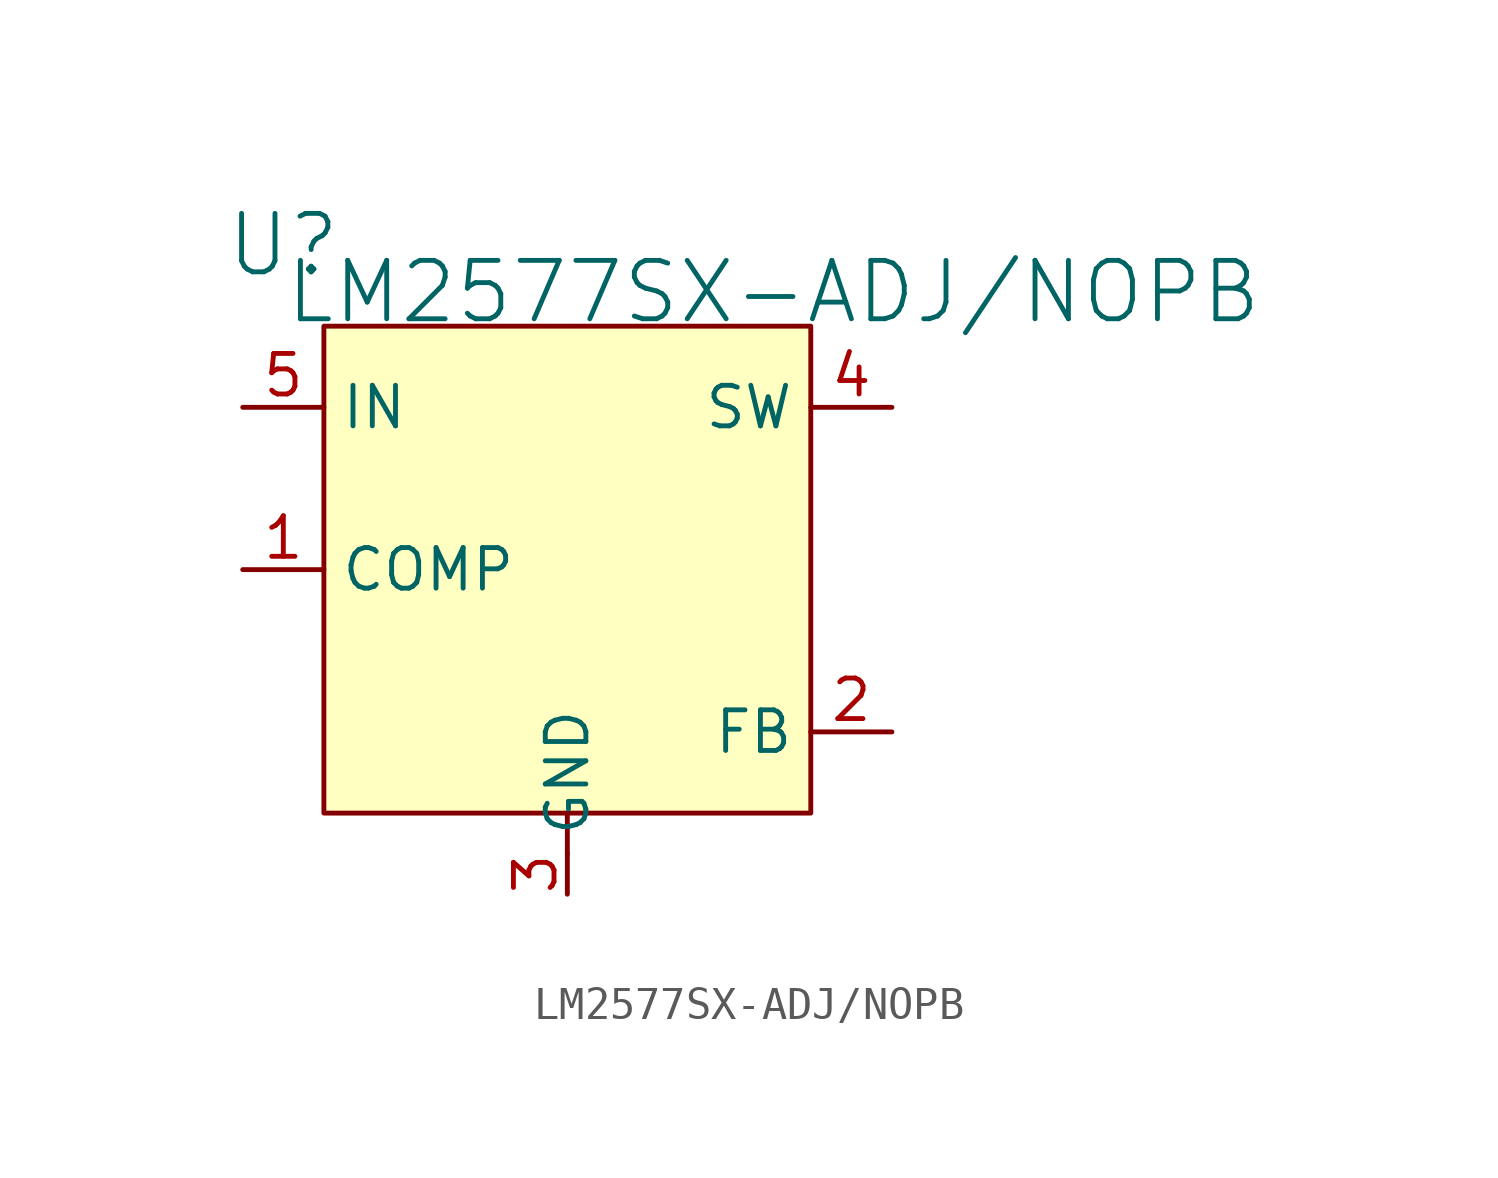
<source format=kicad_sym>
(kicad_symbol_lib
  (version 20241209)
  (generator "kicad_symbol_editor")
  (generator_version "9.0")
  (symbol "LM2577SX-ADJ/NOPB"
    (property "Reference" "U"
      (at -8.89 15.24 0)
      (effects (font (size 1.829 1.829))))
    (property "Value" "LM2577SX-ADJ/NOPB"
      (at -8.89 12.7 0)
      (effects (font (size 1.829 1.829)) (justify left bottom)))
    (symbol "LM2577SX-ADJ/NOPB_1_0"
      (polyline (pts (xy -7.62 -2.54) (xy -7.62 12.7) (xy 7.62 12.7) (xy 7.62 -2.54) (xy -7.62 -2.54)) (stroke (width 0) (type solid)) (fill (type none)))
      (polyline (pts (xy 0 -3.81) (xy 0 -2.54)) (stroke (width 0) (type solid)) (fill (type none)))
      (rectangle (start 7.62 12.7) (end -7.62 -2.54) (stroke (width 0.025) (type solid) (color 128 0 0 1)) (fill (type background)))
      (pin passive line (at -10.16 10.16 0) (length 2.54) (name "IN" (effects (font (size 1.27 1.27)))) (number "5" (effects (font (size 1.27 1.27)))))
      (pin passive line (at -10.16 5.08 0) (length 2.54) (name "COMP" (effects (font (size 1.27 1.27)))) (number "1" (effects (font (size 1.27 1.27)))))
      (pin passive line (at 0 -5.08 90) (length 1.27) (name "GND" (effects (font (size 1.27 1.27)))) (number "3" (effects (font (size 1.27 1.27)))))
      (pin passive line (at 10.16 10.16 180) (length 2.54) (name "SW" (effects (font (size 1.27 1.27)))) (number "4" (effects (font (size 1.27 1.27)))))
      (pin passive line (at 10.16 0 180) (length 2.54) (name "FB" (effects (font (size 1.27 1.27)))) (number "2" (effects (font (size 1.27 1.27))))))))
</source>
